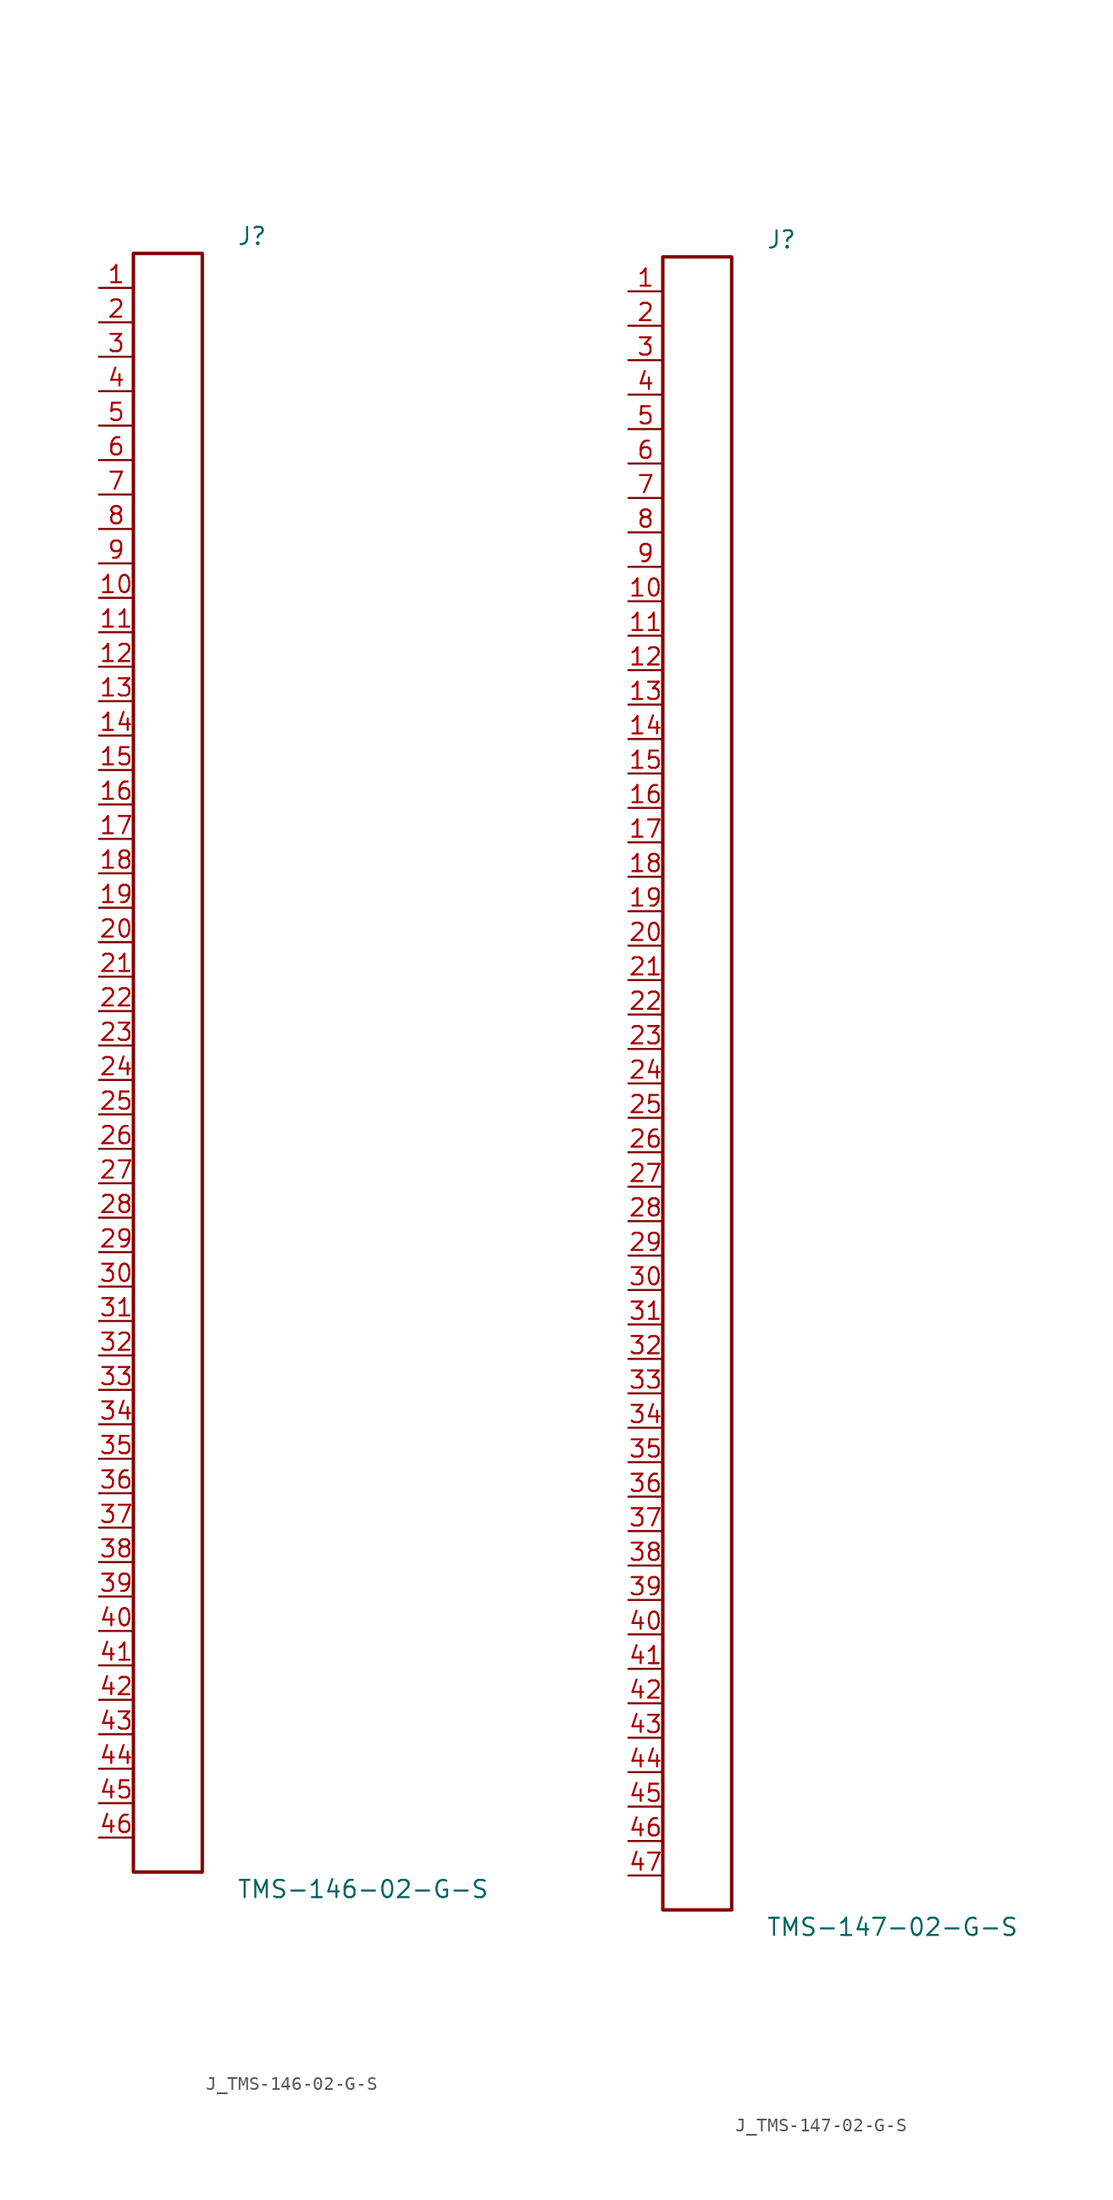
<source format=kicad_sym>
(kicad_symbol_lib
  (version 20231120)
  (generator kicad_symbol_editor)
  (generator_version 8.0)
  (symbol "J_TMS-146-02-G-S"
    (pin_names
      (offset 0.254))
    (property "Reference" "J"
      (at 5.08 60.96 0)
      (effects (font (size 1.27 1.27)) (justify left)))
    (property "Value" "TMS-146-02-G-S"
      (at 5.08 -60.96 0)
      (effects (font (size 1.27 1.27)) (justify left)))
    (symbol "J_TMS-146-02-G-S_0_0"
      (pin passive line (at -5.08 57.15 0) (length 2.54) (name "" (effects (font (size 1.27 1.27)))) (number "1" (effects (font (size 1.27 1.27)))))
      (pin passive line (at -5.08 54.61 0) (length 2.54) (name "" (effects (font (size 1.27 1.27)))) (number "2" (effects (font (size 1.27 1.27)))))
      (pin passive line (at -5.08 52.07 0) (length 2.54) (name "" (effects (font (size 1.27 1.27)))) (number "3" (effects (font (size 1.27 1.27)))))
      (pin passive line (at -5.08 49.53 0) (length 2.54) (name "" (effects (font (size 1.27 1.27)))) (number "4" (effects (font (size 1.27 1.27)))))
      (pin passive line (at -5.08 46.99 0) (length 2.54) (name "" (effects (font (size 1.27 1.27)))) (number "5" (effects (font (size 1.27 1.27)))))
      (pin passive line (at -5.08 44.45 0) (length 2.54) (name "" (effects (font (size 1.27 1.27)))) (number "6" (effects (font (size 1.27 1.27)))))
      (pin passive line (at -5.08 41.91 0) (length 2.54) (name "" (effects (font (size 1.27 1.27)))) (number "7" (effects (font (size 1.27 1.27)))))
      (pin passive line (at -5.08 39.37 0) (length 2.54) (name "" (effects (font (size 1.27 1.27)))) (number "8" (effects (font (size 1.27 1.27)))))
      (pin passive line (at -5.08 36.83 0) (length 2.54) (name "" (effects (font (size 1.27 1.27)))) (number "9" (effects (font (size 1.27 1.27)))))
      (pin passive line (at -5.08 34.29 0) (length 2.54) (name "" (effects (font (size 1.27 1.27)))) (number "10" (effects (font (size 1.27 1.27)))))
      (pin passive line (at -5.08 31.75 0) (length 2.54) (name "" (effects (font (size 1.27 1.27)))) (number "11" (effects (font (size 1.27 1.27)))))
      (pin passive line (at -5.08 29.21 0) (length 2.54) (name "" (effects (font (size 1.27 1.27)))) (number "12" (effects (font (size 1.27 1.27)))))
      (pin passive line (at -5.08 26.67 0) (length 2.54) (name "" (effects (font (size 1.27 1.27)))) (number "13" (effects (font (size 1.27 1.27)))))
      (pin passive line (at -5.08 24.13 0) (length 2.54) (name "" (effects (font (size 1.27 1.27)))) (number "14" (effects (font (size 1.27 1.27)))))
      (pin passive line (at -5.08 21.59 0) (length 2.54) (name "" (effects (font (size 1.27 1.27)))) (number "15" (effects (font (size 1.27 1.27)))))
      (pin passive line (at -5.08 19.05 0) (length 2.54) (name "" (effects (font (size 1.27 1.27)))) (number "16" (effects (font (size 1.27 1.27)))))
      (pin passive line (at -5.08 16.51 0) (length 2.54) (name "" (effects (font (size 1.27 1.27)))) (number "17" (effects (font (size 1.27 1.27)))))
      (pin passive line (at -5.08 13.97 0) (length 2.54) (name "" (effects (font (size 1.27 1.27)))) (number "18" (effects (font (size 1.27 1.27)))))
      (pin passive line (at -5.08 11.43 0) (length 2.54) (name "" (effects (font (size 1.27 1.27)))) (number "19" (effects (font (size 1.27 1.27)))))
      (pin passive line (at -5.08 8.89 0) (length 2.54) (name "" (effects (font (size 1.27 1.27)))) (number "20" (effects (font (size 1.27 1.27)))))
      (pin passive line (at -5.08 6.35 0) (length 2.54) (name "" (effects (font (size 1.27 1.27)))) (number "21" (effects (font (size 1.27 1.27)))))
      (pin passive line (at -5.08 3.81 0) (length 2.54) (name "" (effects (font (size 1.27 1.27)))) (number "22" (effects (font (size 1.27 1.27)))))
      (pin passive line (at -5.08 1.27 0) (length 2.54) (name "" (effects (font (size 1.27 1.27)))) (number "23" (effects (font (size 1.27 1.27)))))
      (pin passive line (at -5.08 -1.27 0) (length 2.54) (name "" (effects (font (size 1.27 1.27)))) (number "24" (effects (font (size 1.27 1.27)))))
      (pin passive line (at -5.08 -3.81 0) (length 2.54) (name "" (effects (font (size 1.27 1.27)))) (number "25" (effects (font (size 1.27 1.27)))))
      (pin passive line (at -5.08 -6.35 0) (length 2.54) (name "" (effects (font (size 1.27 1.27)))) (number "26" (effects (font (size 1.27 1.27)))))
      (pin passive line (at -5.08 -8.89 0) (length 2.54) (name "" (effects (font (size 1.27 1.27)))) (number "27" (effects (font (size 1.27 1.27)))))
      (pin passive line (at -5.08 -11.43 0) (length 2.54) (name "" (effects (font (size 1.27 1.27)))) (number "28" (effects (font (size 1.27 1.27)))))
      (pin passive line (at -5.08 -13.97 0) (length 2.54) (name "" (effects (font (size 1.27 1.27)))) (number "29" (effects (font (size 1.27 1.27)))))
      (pin passive line (at -5.08 -16.51 0) (length 2.54) (name "" (effects (font (size 1.27 1.27)))) (number "30" (effects (font (size 1.27 1.27)))))
      (pin passive line (at -5.08 -19.05 0) (length 2.54) (name "" (effects (font (size 1.27 1.27)))) (number "31" (effects (font (size 1.27 1.27)))))
      (pin passive line (at -5.08 -21.59 0) (length 2.54) (name "" (effects (font (size 1.27 1.27)))) (number "32" (effects (font (size 1.27 1.27)))))
      (pin passive line (at -5.08 -24.13 0) (length 2.54) (name "" (effects (font (size 1.27 1.27)))) (number "33" (effects (font (size 1.27 1.27)))))
      (pin passive line (at -5.08 -26.67 0) (length 2.54) (name "" (effects (font (size 1.27 1.27)))) (number "34" (effects (font (size 1.27 1.27)))))
      (pin passive line (at -5.08 -29.21 0) (length 2.54) (name "" (effects (font (size 1.27 1.27)))) (number "35" (effects (font (size 1.27 1.27)))))
      (pin passive line (at -5.08 -31.75 0) (length 2.54) (name "" (effects (font (size 1.27 1.27)))) (number "36" (effects (font (size 1.27 1.27)))))
      (pin passive line (at -5.08 -34.29 0) (length 2.54) (name "" (effects (font (size 1.27 1.27)))) (number "37" (effects (font (size 1.27 1.27)))))
      (pin passive line (at -5.08 -36.83 0) (length 2.54) (name "" (effects (font (size 1.27 1.27)))) (number "38" (effects (font (size 1.27 1.27)))))
      (pin passive line (at -5.08 -39.37 0) (length 2.54) (name "" (effects (font (size 1.27 1.27)))) (number "39" (effects (font (size 1.27 1.27)))))
      (pin passive line (at -5.08 -41.91 0) (length 2.54) (name "" (effects (font (size 1.27 1.27)))) (number "40" (effects (font (size 1.27 1.27)))))
      (pin passive line (at -5.08 -44.45 0) (length 2.54) (name "" (effects (font (size 1.27 1.27)))) (number "41" (effects (font (size 1.27 1.27)))))
      (pin passive line (at -5.08 -46.99 0) (length 2.54) (name "" (effects (font (size 1.27 1.27)))) (number "42" (effects (font (size 1.27 1.27)))))
      (pin passive line (at -5.08 -49.53 0) (length 2.54) (name "" (effects (font (size 1.27 1.27)))) (number "43" (effects (font (size 1.27 1.27)))))
      (pin passive line (at -5.08 -52.07 0) (length 2.54) (name "" (effects (font (size 1.27 1.27)))) (number "44" (effects (font (size 1.27 1.27)))))
      (pin passive line (at -5.08 -54.61 0) (length 2.54) (name "" (effects (font (size 1.27 1.27)))) (number "45" (effects (font (size 1.27 1.27)))))
      (pin passive line (at -5.08 -57.15 0) (length 2.54) (name "" (effects (font (size 1.27 1.27)))) (number "46" (effects (font (size 1.27 1.27))))))
    (symbol "J_TMS-146-02-G-S_1_0"
      (rectangle (start -2.54 59.69) (end 2.54 -59.69) (stroke (width 0.254) (type solid)) (fill (type none)))))
  (symbol "J_TMS-147-02-G-S"
    (pin_names
      (offset 0.254))
    (property "Reference" "J"
      (at 5.08 62.23 0)
      (effects (font (size 1.27 1.27)) (justify left)))
    (property "Value" "TMS-147-02-G-S"
      (at 5.08 -62.23 0)
      (effects (font (size 1.27 1.27)) (justify left)))
    (symbol "J_TMS-147-02-G-S_0_0"
      (pin passive line (at -5.08 58.42 0) (length 2.54) (name "" (effects (font (size 1.27 1.27)))) (number "1" (effects (font (size 1.27 1.27)))))
      (pin passive line (at -5.08 55.88 0) (length 2.54) (name "" (effects (font (size 1.27 1.27)))) (number "2" (effects (font (size 1.27 1.27)))))
      (pin passive line (at -5.08 53.34 0) (length 2.54) (name "" (effects (font (size 1.27 1.27)))) (number "3" (effects (font (size 1.27 1.27)))))
      (pin passive line (at -5.08 50.8 0) (length 2.54) (name "" (effects (font (size 1.27 1.27)))) (number "4" (effects (font (size 1.27 1.27)))))
      (pin passive line (at -5.08 48.26 0) (length 2.54) (name "" (effects (font (size 1.27 1.27)))) (number "5" (effects (font (size 1.27 1.27)))))
      (pin passive line (at -5.08 45.72 0) (length 2.54) (name "" (effects (font (size 1.27 1.27)))) (number "6" (effects (font (size 1.27 1.27)))))
      (pin passive line (at -5.08 43.18 0) (length 2.54) (name "" (effects (font (size 1.27 1.27)))) (number "7" (effects (font (size 1.27 1.27)))))
      (pin passive line (at -5.08 40.64 0) (length 2.54) (name "" (effects (font (size 1.27 1.27)))) (number "8" (effects (font (size 1.27 1.27)))))
      (pin passive line (at -5.08 38.1 0) (length 2.54) (name "" (effects (font (size 1.27 1.27)))) (number "9" (effects (font (size 1.27 1.27)))))
      (pin passive line (at -5.08 35.56 0) (length 2.54) (name "" (effects (font (size 1.27 1.27)))) (number "10" (effects (font (size 1.27 1.27)))))
      (pin passive line (at -5.08 33.02 0) (length 2.54) (name "" (effects (font (size 1.27 1.27)))) (number "11" (effects (font (size 1.27 1.27)))))
      (pin passive line (at -5.08 30.48 0) (length 2.54) (name "" (effects (font (size 1.27 1.27)))) (number "12" (effects (font (size 1.27 1.27)))))
      (pin passive line (at -5.08 27.94 0) (length 2.54) (name "" (effects (font (size 1.27 1.27)))) (number "13" (effects (font (size 1.27 1.27)))))
      (pin passive line (at -5.08 25.4 0) (length 2.54) (name "" (effects (font (size 1.27 1.27)))) (number "14" (effects (font (size 1.27 1.27)))))
      (pin passive line (at -5.08 22.86 0) (length 2.54) (name "" (effects (font (size 1.27 1.27)))) (number "15" (effects (font (size 1.27 1.27)))))
      (pin passive line (at -5.08 20.32 0) (length 2.54) (name "" (effects (font (size 1.27 1.27)))) (number "16" (effects (font (size 1.27 1.27)))))
      (pin passive line (at -5.08 17.78 0) (length 2.54) (name "" (effects (font (size 1.27 1.27)))) (number "17" (effects (font (size 1.27 1.27)))))
      (pin passive line (at -5.08 15.24 0) (length 2.54) (name "" (effects (font (size 1.27 1.27)))) (number "18" (effects (font (size 1.27 1.27)))))
      (pin passive line (at -5.08 12.7 0) (length 2.54) (name "" (effects (font (size 1.27 1.27)))) (number "19" (effects (font (size 1.27 1.27)))))
      (pin passive line (at -5.08 10.16 0) (length 2.54) (name "" (effects (font (size 1.27 1.27)))) (number "20" (effects (font (size 1.27 1.27)))))
      (pin passive line (at -5.08 7.62 0) (length 2.54) (name "" (effects (font (size 1.27 1.27)))) (number "21" (effects (font (size 1.27 1.27)))))
      (pin passive line (at -5.08 5.08 0) (length 2.54) (name "" (effects (font (size 1.27 1.27)))) (number "22" (effects (font (size 1.27 1.27)))))
      (pin passive line (at -5.08 2.54 0) (length 2.54) (name "" (effects (font (size 1.27 1.27)))) (number "23" (effects (font (size 1.27 1.27)))))
      (pin passive line (at -5.08 0.0 0) (length 2.54) (name "" (effects (font (size 1.27 1.27)))) (number "24" (effects (font (size 1.27 1.27)))))
      (pin passive line (at -5.08 -2.54 0) (length 2.54) (name "" (effects (font (size 1.27 1.27)))) (number "25" (effects (font (size 1.27 1.27)))))
      (pin passive line (at -5.08 -5.08 0) (length 2.54) (name "" (effects (font (size 1.27 1.27)))) (number "26" (effects (font (size 1.27 1.27)))))
      (pin passive line (at -5.08 -7.62 0) (length 2.54) (name "" (effects (font (size 1.27 1.27)))) (number "27" (effects (font (size 1.27 1.27)))))
      (pin passive line (at -5.08 -10.16 0) (length 2.54) (name "" (effects (font (size 1.27 1.27)))) (number "28" (effects (font (size 1.27 1.27)))))
      (pin passive line (at -5.08 -12.7 0) (length 2.54) (name "" (effects (font (size 1.27 1.27)))) (number "29" (effects (font (size 1.27 1.27)))))
      (pin passive line (at -5.08 -15.24 0) (length 2.54) (name "" (effects (font (size 1.27 1.27)))) (number "30" (effects (font (size 1.27 1.27)))))
      (pin passive line (at -5.08 -17.78 0) (length 2.54) (name "" (effects (font (size 1.27 1.27)))) (number "31" (effects (font (size 1.27 1.27)))))
      (pin passive line (at -5.08 -20.32 0) (length 2.54) (name "" (effects (font (size 1.27 1.27)))) (number "32" (effects (font (size 1.27 1.27)))))
      (pin passive line (at -5.08 -22.86 0) (length 2.54) (name "" (effects (font (size 1.27 1.27)))) (number "33" (effects (font (size 1.27 1.27)))))
      (pin passive line (at -5.08 -25.4 0) (length 2.54) (name "" (effects (font (size 1.27 1.27)))) (number "34" (effects (font (size 1.27 1.27)))))
      (pin passive line (at -5.08 -27.94 0) (length 2.54) (name "" (effects (font (size 1.27 1.27)))) (number "35" (effects (font (size 1.27 1.27)))))
      (pin passive line (at -5.08 -30.48 0) (length 2.54) (name "" (effects (font (size 1.27 1.27)))) (number "36" (effects (font (size 1.27 1.27)))))
      (pin passive line (at -5.08 -33.02 0) (length 2.54) (name "" (effects (font (size 1.27 1.27)))) (number "37" (effects (font (size 1.27 1.27)))))
      (pin passive line (at -5.08 -35.56 0) (length 2.54) (name "" (effects (font (size 1.27 1.27)))) (number "38" (effects (font (size 1.27 1.27)))))
      (pin passive line (at -5.08 -38.1 0) (length 2.54) (name "" (effects (font (size 1.27 1.27)))) (number "39" (effects (font (size 1.27 1.27)))))
      (pin passive line (at -5.08 -40.64 0) (length 2.54) (name "" (effects (font (size 1.27 1.27)))) (number "40" (effects (font (size 1.27 1.27)))))
      (pin passive line (at -5.08 -43.18 0) (length 2.54) (name "" (effects (font (size 1.27 1.27)))) (number "41" (effects (font (size 1.27 1.27)))))
      (pin passive line (at -5.08 -45.72 0) (length 2.54) (name "" (effects (font (size 1.27 1.27)))) (number "42" (effects (font (size 1.27 1.27)))))
      (pin passive line (at -5.08 -48.26 0) (length 2.54) (name "" (effects (font (size 1.27 1.27)))) (number "43" (effects (font (size 1.27 1.27)))))
      (pin passive line (at -5.08 -50.8 0) (length 2.54) (name "" (effects (font (size 1.27 1.27)))) (number "44" (effects (font (size 1.27 1.27)))))
      (pin passive line (at -5.08 -53.34 0) (length 2.54) (name "" (effects (font (size 1.27 1.27)))) (number "45" (effects (font (size 1.27 1.27)))))
      (pin passive line (at -5.08 -55.88 0) (length 2.54) (name "" (effects (font (size 1.27 1.27)))) (number "46" (effects (font (size 1.27 1.27)))))
      (pin passive line (at -5.08 -58.42 0) (length 2.54) (name "" (effects (font (size 1.27 1.27)))) (number "47" (effects (font (size 1.27 1.27))))))
    (symbol "J_TMS-147-02-G-S_1_0"
      (rectangle (start -2.54 60.96) (end 2.54 -60.96) (stroke (width 0.254) (type solid)) (fill (type none))))))
</source>
